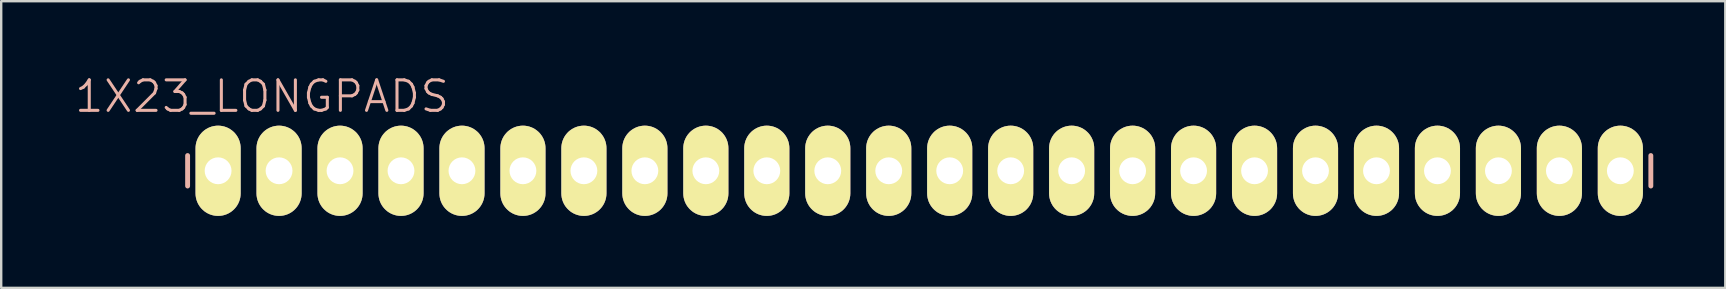
<source format=kicad_pcb>
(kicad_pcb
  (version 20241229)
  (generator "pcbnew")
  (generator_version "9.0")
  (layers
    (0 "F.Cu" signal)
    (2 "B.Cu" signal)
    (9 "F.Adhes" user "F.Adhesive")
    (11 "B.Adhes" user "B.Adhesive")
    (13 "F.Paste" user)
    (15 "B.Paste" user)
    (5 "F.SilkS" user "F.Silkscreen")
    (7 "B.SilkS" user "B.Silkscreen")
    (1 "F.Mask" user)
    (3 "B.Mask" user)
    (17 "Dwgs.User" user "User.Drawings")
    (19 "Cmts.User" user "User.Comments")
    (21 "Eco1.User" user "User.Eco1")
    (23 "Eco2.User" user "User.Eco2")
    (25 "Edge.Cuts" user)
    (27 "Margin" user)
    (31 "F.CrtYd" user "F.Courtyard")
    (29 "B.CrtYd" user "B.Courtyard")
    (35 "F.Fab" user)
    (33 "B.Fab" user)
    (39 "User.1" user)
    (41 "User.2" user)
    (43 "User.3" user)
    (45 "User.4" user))
  (footprint "1X23_LONGPADS"
    (layer "F.Cu")
    (at 32.706 4.065)
    (property "Reference" "1X23_LONGPADS" (at -24.841 -3.099 0) (layer "B.SilkS") (effects (font (size 1.27 1.27) (thickness 0.127))))
    (attr exclude_from_pos_files exclude_from_bom)
    (fp_line (start -26.924 -0.254) (end -26.416 -0.254) (stroke (width 0.066) (type solid)) (layer "F.SilkS"))
    (fp_line (start -26.924 0.254) (end -26.924 -0.254) (stroke (width 0.066) (type solid)) (layer "F.SilkS"))
    (fp_line (start -26.924 0.254) (end -26.416 0.254) (stroke (width 0.066) (type solid)) (layer "F.SilkS"))
    (fp_line (start -26.416 0.254) (end -26.416 -0.254) (stroke (width 0.066) (type solid)) (layer "F.SilkS"))
    (fp_line (start -24.384 -0.254) (end -23.876 -0.254) (stroke (width 0.066) (type solid)) (layer "F.SilkS"))
    (fp_line (start -24.384 0.254) (end -24.384 -0.254) (stroke (width 0.066) (type solid)) (layer "F.SilkS"))
    (fp_line (start -24.384 0.254) (end -23.876 0.254) (stroke (width 0.066) (type solid)) (layer "F.SilkS"))
    (fp_line (start -23.876 0.254) (end -23.876 -0.254) (stroke (width 0.066) (type solid)) (layer "F.SilkS"))
    (fp_line (start -21.844 -0.254) (end -21.336 -0.254) (stroke (width 0.066) (type solid)) (layer "F.SilkS"))
    (fp_line (start -21.844 0.254) (end -21.844 -0.254) (stroke (width 0.066) (type solid)) (layer "F.SilkS"))
    (fp_line (start -21.844 0.254) (end -21.336 0.254) (stroke (width 0.066) (type solid)) (layer "F.SilkS"))
    (fp_line (start -21.336 0.254) (end -21.336 -0.254) (stroke (width 0.066) (type solid)) (layer "F.SilkS"))
    (fp_line (start -19.304 -0.254) (end -18.796 -0.254) (stroke (width 0.066) (type solid)) (layer "F.SilkS"))
    (fp_line (start -19.304 0.254) (end -19.304 -0.254) (stroke (width 0.066) (type solid)) (layer "F.SilkS"))
    (fp_line (start -19.304 0.254) (end -18.796 0.254) (stroke (width 0.066) (type solid)) (layer "F.SilkS"))
    (fp_line (start -18.796 0.254) (end -18.796 -0.254) (stroke (width 0.066) (type solid)) (layer "F.SilkS"))
    (fp_line (start -16.764 -0.254) (end -16.256 -0.254) (stroke (width 0.066) (type solid)) (layer "F.SilkS"))
    (fp_line (start -16.764 0.254) (end -16.764 -0.254) (stroke (width 0.066) (type solid)) (layer "F.SilkS"))
    (fp_line (start -16.764 0.254) (end -16.256 0.254) (stroke (width 0.066) (type solid)) (layer "F.SilkS"))
    (fp_line (start -16.256 0.254) (end -16.256 -0.254) (stroke (width 0.066) (type solid)) (layer "F.SilkS"))
    (fp_line (start -14.224 -0.254) (end -13.716 -0.254) (stroke (width 0.066) (type solid)) (layer "F.SilkS"))
    (fp_line (start -14.224 0.254) (end -14.224 -0.254) (stroke (width 0.066) (type solid)) (layer "F.SilkS"))
    (fp_line (start -14.224 0.254) (end -13.716 0.254) (stroke (width 0.066) (type solid)) (layer "F.SilkS"))
    (fp_line (start -13.716 0.254) (end -13.716 -0.254) (stroke (width 0.066) (type solid)) (layer "F.SilkS"))
    (fp_line (start -11.684 -0.254) (end -11.176 -0.254) (stroke (width 0.066) (type solid)) (layer "F.SilkS"))
    (fp_line (start -11.684 0.254) (end -11.684 -0.254) (stroke (width 0.066) (type solid)) (layer "F.SilkS"))
    (fp_line (start -11.684 0.254) (end -11.176 0.254) (stroke (width 0.066) (type solid)) (layer "F.SilkS"))
    (fp_line (start -11.176 0.254) (end -11.176 -0.254) (stroke (width 0.066) (type solid)) (layer "F.SilkS"))
    (fp_line (start -9.144 -0.254) (end -8.636 -0.254) (stroke (width 0.066) (type solid)) (layer "F.SilkS"))
    (fp_line (start -9.144 0.254) (end -9.144 -0.254) (stroke (width 0.066) (type solid)) (layer "F.SilkS"))
    (fp_line (start -9.144 0.254) (end -8.636 0.254) (stroke (width 0.066) (type solid)) (layer "F.SilkS"))
    (fp_line (start -8.636 0.254) (end -8.636 -0.254) (stroke (width 0.066) (type solid)) (layer "F.SilkS"))
    (fp_line (start -6.604 -0.254) (end -6.096 -0.254) (stroke (width 0.066) (type solid)) (layer "F.SilkS"))
    (fp_line (start -6.604 0.254) (end -6.604 -0.254) (stroke (width 0.066) (type solid)) (layer "F.SilkS"))
    (fp_line (start -6.604 0.254) (end -6.096 0.254) (stroke (width 0.066) (type solid)) (layer "F.SilkS"))
    (fp_line (start -6.096 0.254) (end -6.096 -0.254) (stroke (width 0.066) (type solid)) (layer "F.SilkS"))
    (fp_line (start -4.064 -0.254) (end -3.556 -0.254) (stroke (width 0.066) (type solid)) (layer "F.SilkS"))
    (fp_line (start -4.064 0.254) (end -4.064 -0.254) (stroke (width 0.066) (type solid)) (layer "F.SilkS"))
    (fp_line (start -4.064 0.254) (end -3.556 0.254) (stroke (width 0.066) (type solid)) (layer "F.SilkS"))
    (fp_line (start -3.556 0.254) (end -3.556 -0.254) (stroke (width 0.066) (type solid)) (layer "F.SilkS"))
    (fp_line (start -1.524 -0.254) (end -1.016 -0.254) (stroke (width 0.066) (type solid)) (layer "F.SilkS"))
    (fp_line (start -1.524 0.254) (end -1.524 -0.254) (stroke (width 0.066) (type solid)) (layer "F.SilkS"))
    (fp_line (start -1.524 0.254) (end -1.016 0.254) (stroke (width 0.066) (type solid)) (layer "F.SilkS"))
    (fp_line (start -1.016 0.254) (end -1.016 -0.254) (stroke (width 0.066) (type solid)) (layer "F.SilkS"))
    (fp_line (start 1.016 -0.254) (end 1.524 -0.254) (stroke (width 0.066) (type solid)) (layer "F.SilkS"))
    (fp_line (start 1.016 0.254) (end 1.016 -0.254) (stroke (width 0.066) (type solid)) (layer "F.SilkS"))
    (fp_line (start 1.016 0.254) (end 1.524 0.254) (stroke (width 0.066) (type solid)) (layer "F.SilkS"))
    (fp_line (start 1.524 0.254) (end 1.524 -0.254) (stroke (width 0.066) (type solid)) (layer "F.SilkS"))
    (fp_line (start 3.556 -0.254) (end 4.064 -0.254) (stroke (width 0.066) (type solid)) (layer "F.SilkS"))
    (fp_line (start 3.556 0.254) (end 3.556 -0.254) (stroke (width 0.066) (type solid)) (layer "F.SilkS"))
    (fp_line (start 3.556 0.254) (end 4.064 0.254) (stroke (width 0.066) (type solid)) (layer "F.SilkS"))
    (fp_line (start 4.064 0.254) (end 4.064 -0.254) (stroke (width 0.066) (type solid)) (layer "F.SilkS"))
    (fp_line (start 6.096 -0.254) (end 6.604 -0.254) (stroke (width 0.066) (type solid)) (layer "F.SilkS"))
    (fp_line (start 6.096 0.254) (end 6.096 -0.254) (stroke (width 0.066) (type solid)) (layer "F.SilkS"))
    (fp_line (start 6.096 0.254) (end 6.604 0.254) (stroke (width 0.066) (type solid)) (layer "F.SilkS"))
    (fp_line (start 6.604 0.254) (end 6.604 -0.254) (stroke (width 0.066) (type solid)) (layer "F.SilkS"))
    (fp_line (start 8.636 -0.254) (end 9.144 -0.254) (stroke (width 0.066) (type solid)) (layer "F.SilkS"))
    (fp_line (start 8.636 0.254) (end 8.636 -0.254) (stroke (width 0.066) (type solid)) (layer "F.SilkS"))
    (fp_line (start 8.636 0.254) (end 9.144 0.254) (stroke (width 0.066) (type solid)) (layer "F.SilkS"))
    (fp_line (start 9.144 0.254) (end 9.144 -0.254) (stroke (width 0.066) (type solid)) (layer "F.SilkS"))
    (fp_line (start 11.176 -0.254) (end 11.684 -0.254) (stroke (width 0.066) (type solid)) (layer "F.SilkS"))
    (fp_line (start 11.176 0.254) (end 11.176 -0.254) (stroke (width 0.066) (type solid)) (layer "F.SilkS"))
    (fp_line (start 11.176 0.254) (end 11.684 0.254) (stroke (width 0.066) (type solid)) (layer "F.SilkS"))
    (fp_line (start 11.684 0.254) (end 11.684 -0.254) (stroke (width 0.066) (type solid)) (layer "F.SilkS"))
    (fp_line (start 13.716 -0.254) (end 14.224 -0.254) (stroke (width 0.066) (type solid)) (layer "F.SilkS"))
    (fp_line (start 13.716 0.254) (end 13.716 -0.254) (stroke (width 0.066) (type solid)) (layer "F.SilkS"))
    (fp_line (start 13.716 0.254) (end 14.224 0.254) (stroke (width 0.066) (type solid)) (layer "F.SilkS"))
    (fp_line (start 14.224 0.254) (end 14.224 -0.254) (stroke (width 0.066) (type solid)) (layer "F.SilkS"))
    (fp_line (start 16.256 -0.254) (end 16.764 -0.254) (stroke (width 0.066) (type solid)) (layer "F.SilkS"))
    (fp_line (start 16.256 0.254) (end 16.256 -0.254) (stroke (width 0.066) (type solid)) (layer "F.SilkS"))
    (fp_line (start 16.256 0.254) (end 16.764 0.254) (stroke (width 0.066) (type solid)) (layer "F.SilkS"))
    (fp_line (start 16.764 0.254) (end 16.764 -0.254) (stroke (width 0.066) (type solid)) (layer "F.SilkS"))
    (fp_line (start 18.796 -0.254) (end 19.304 -0.254) (stroke (width 0.066) (type solid)) (layer "F.SilkS"))
    (fp_line (start 18.796 0.254) (end 18.796 -0.254) (stroke (width 0.066) (type solid)) (layer "F.SilkS"))
    (fp_line (start 18.796 0.254) (end 19.304 0.254) (stroke (width 0.066) (type solid)) (layer "F.SilkS"))
    (fp_line (start 19.304 0.254) (end 19.304 -0.254) (stroke (width 0.066) (type solid)) (layer "F.SilkS"))
    (fp_line (start 21.336 -0.254) (end 21.844 -0.254) (stroke (width 0.066) (type solid)) (layer "F.SilkS"))
    (fp_line (start 21.336 0.254) (end 21.336 -0.254) (stroke (width 0.066) (type solid)) (layer "F.SilkS"))
    (fp_line (start 21.336 0.254) (end 21.844 0.254) (stroke (width 0.066) (type solid)) (layer "F.SilkS"))
    (fp_line (start 21.844 0.254) (end 21.844 -0.254) (stroke (width 0.066) (type solid)) (layer "F.SilkS"))
    (fp_line (start 23.876 -0.254) (end 24.384 -0.254) (stroke (width 0.066) (type solid)) (layer "F.SilkS"))
    (fp_line (start 23.876 0.254) (end 23.876 -0.254) (stroke (width 0.066) (type solid)) (layer "F.SilkS"))
    (fp_line (start 23.876 0.254) (end 24.384 0.254) (stroke (width 0.066) (type solid)) (layer "F.SilkS"))
    (fp_line (start 24.384 0.254) (end 24.384 -0.254) (stroke (width 0.066) (type solid)) (layer "F.SilkS"))
    (fp_line (start 26.416 -0.254) (end 26.924 -0.254) (stroke (width 0.066) (type solid)) (layer "F.SilkS"))
    (fp_line (start 26.416 0.254) (end 26.416 -0.254) (stroke (width 0.066) (type solid)) (layer "F.SilkS"))
    (fp_line (start 26.416 0.254) (end 26.924 0.254) (stroke (width 0.066) (type solid)) (layer "F.SilkS"))
    (fp_line (start 26.924 0.254) (end 26.924 -0.254) (stroke (width 0.066) (type solid)) (layer "F.SilkS"))
    (fp_line (start 28.953 -0.254) (end 29.464 -0.254) (stroke (width 0.066) (type solid)) (layer "F.SilkS"))
    (fp_line (start 28.953 0.254) (end 28.953 -0.254) (stroke (width 0.066) (type solid)) (layer "F.SilkS"))
    (fp_line (start 28.953 0.254) (end 29.464 0.254) (stroke (width 0.066) (type solid)) (layer "F.SilkS"))
    (fp_line (start 29.464 0.254) (end 29.464 -0.254) (stroke (width 0.066) (type solid)) (layer "F.SilkS"))
    (fp_line (start 31.496 -0.254) (end 32.004 -0.254) (stroke (width 0.066) (type solid)) (layer "F.SilkS"))
    (fp_line (start 31.496 0.254) (end 31.496 -0.254) (stroke (width 0.066) (type solid)) (layer "F.SilkS"))
    (fp_line (start 31.496 0.254) (end 32.004 0.254) (stroke (width 0.066) (type solid)) (layer "F.SilkS"))
    (fp_line (start 32.004 0.254) (end 32.004 -0.254) (stroke (width 0.066) (type solid)) (layer "F.SilkS"))
    (fp_line (start -27.94 -0.635) (end -27.94 0.635) (stroke (width 0.203) (type solid)) (layer "B.SilkS"))
    (fp_line (start 33.02 -0.635) (end 33.02 0.635) (stroke (width 0.203) (type solid)) (layer "B.SilkS"))
    (pad "2" thru_hole oval (at -26.67 0 180) (size 1.88 3.759) (drill 1.118) (layers "*.Cu" "F.Mask" "F.SilkS" "F.Paste"))
    (pad "3" thru_hole oval (at -24.13 0 180) (size 1.88 3.759) (drill 1.118) (layers "*.Cu" "F.Mask" "F.SilkS" "F.Paste"))
    (pad "4" thru_hole oval (at -21.59 0 180) (size 1.88 3.759) (drill 1.118) (layers "*.Cu" "F.Mask" "F.SilkS" "F.Paste"))
    (pad "5" thru_hole oval (at -19.05 0 180) (size 1.88 3.759) (drill 1.118) (layers "*.Cu" "F.Mask" "F.SilkS" "F.Paste"))
    (pad "6" thru_hole oval (at -16.51 0 180) (size 1.88 3.759) (drill 1.118) (layers "*.Cu" "F.Mask" "F.SilkS" "F.Paste"))
    (pad "7" thru_hole oval (at -13.97 0 180) (size 1.88 3.759) (drill 1.118) (layers "*.Cu" "F.Mask" "F.SilkS" "F.Paste"))
    (pad "8" thru_hole oval (at -11.43 0 180) (size 1.88 3.759) (drill 1.118) (layers "*.Cu" "F.Mask" "F.SilkS" "F.Paste"))
    (pad "9" thru_hole oval (at -8.89 0 180) (size 1.88 3.759) (drill 1.118) (layers "*.Cu" "F.Mask" "F.SilkS" "F.Paste"))
    (pad "10" thru_hole oval (at -6.35 0 180) (size 1.88 3.759) (drill 1.118) (layers "*.Cu" "F.Mask" "F.SilkS" "F.Paste"))
    (pad "11" thru_hole oval (at -3.81 0 180) (size 1.88 3.759) (drill 1.118) (layers "*.Cu" "F.Mask" "F.SilkS" "F.Paste"))
    (pad "12" thru_hole oval (at -1.27 0 180) (size 1.88 3.759) (drill 1.118) (layers "*.Cu" "F.Mask" "F.SilkS" "F.Paste"))
    (pad "13" thru_hole oval (at 1.27 0 180) (size 1.88 3.759) (drill 1.118) (layers "*.Cu" "F.Mask" "F.SilkS" "F.Paste"))
    (pad "14" thru_hole oval (at 3.81 0 180) (size 1.88 3.759) (drill 1.118) (layers "*.Cu" "F.Mask" "F.SilkS" "F.Paste"))
    (pad "15" thru_hole oval (at 6.35 0 180) (size 1.88 3.759) (drill 1.118) (layers "*.Cu" "F.Mask" "F.SilkS" "F.Paste"))
    (pad "16" thru_hole oval (at 8.89 0 180) (size 1.88 3.759) (drill 1.118) (layers "*.Cu" "F.Mask" "F.SilkS" "F.Paste"))
    (pad "17" thru_hole oval (at 11.43 0 180) (size 1.88 3.759) (drill 1.118) (layers "*.Cu" "F.Mask" "F.SilkS" "F.Paste"))
    (pad "18" thru_hole oval (at 13.97 0 180) (size 1.88 3.759) (drill 1.118) (layers "*.Cu" "F.Mask" "F.SilkS" "F.Paste"))
    (pad "19" thru_hole oval (at 16.51 0 180) (size 1.88 3.759) (drill 1.118) (layers "*.Cu" "F.Mask" "F.SilkS" "F.Paste"))
    (pad "20" thru_hole oval (at 19.05 0 180) (size 1.88 3.759) (drill 1.118) (layers "*.Cu" "F.Mask" "F.SilkS" "F.Paste"))
    (pad "21" thru_hole oval (at 21.59 0 180) (size 1.88 3.759) (drill 1.118) (layers "*.Cu" "F.Mask" "F.SilkS" "F.Paste"))
    (pad "22" thru_hole oval (at 24.13 0 180) (size 1.88 3.759) (drill 1.118) (layers "*.Cu" "F.Mask" "F.SilkS" "F.Paste"))
    (pad "23" thru_hole oval (at 26.67 0 180) (size 1.88 3.759) (drill 1.118) (layers "*.Cu" "F.Mask" "F.SilkS" "F.Paste"))
    (pad "24" thru_hole oval (at 29.21 0 180) (size 1.88 3.759) (drill 1.118) (layers "*.Cu" "F.Mask" "F.SilkS" "F.Paste"))
    (pad "25" thru_hole oval (at 31.75 0 180) (size 1.88 3.759) (drill 1.118) (layers "*.Cu" "F.Mask" "F.SilkS" "F.Paste")))
  (gr_rect
    (start -3 -3)
    (end 68.828 8.944)
    (stroke (width 0.1) (type default))
    (fill no)
    (layer "Edge.Cuts")))
</source>
